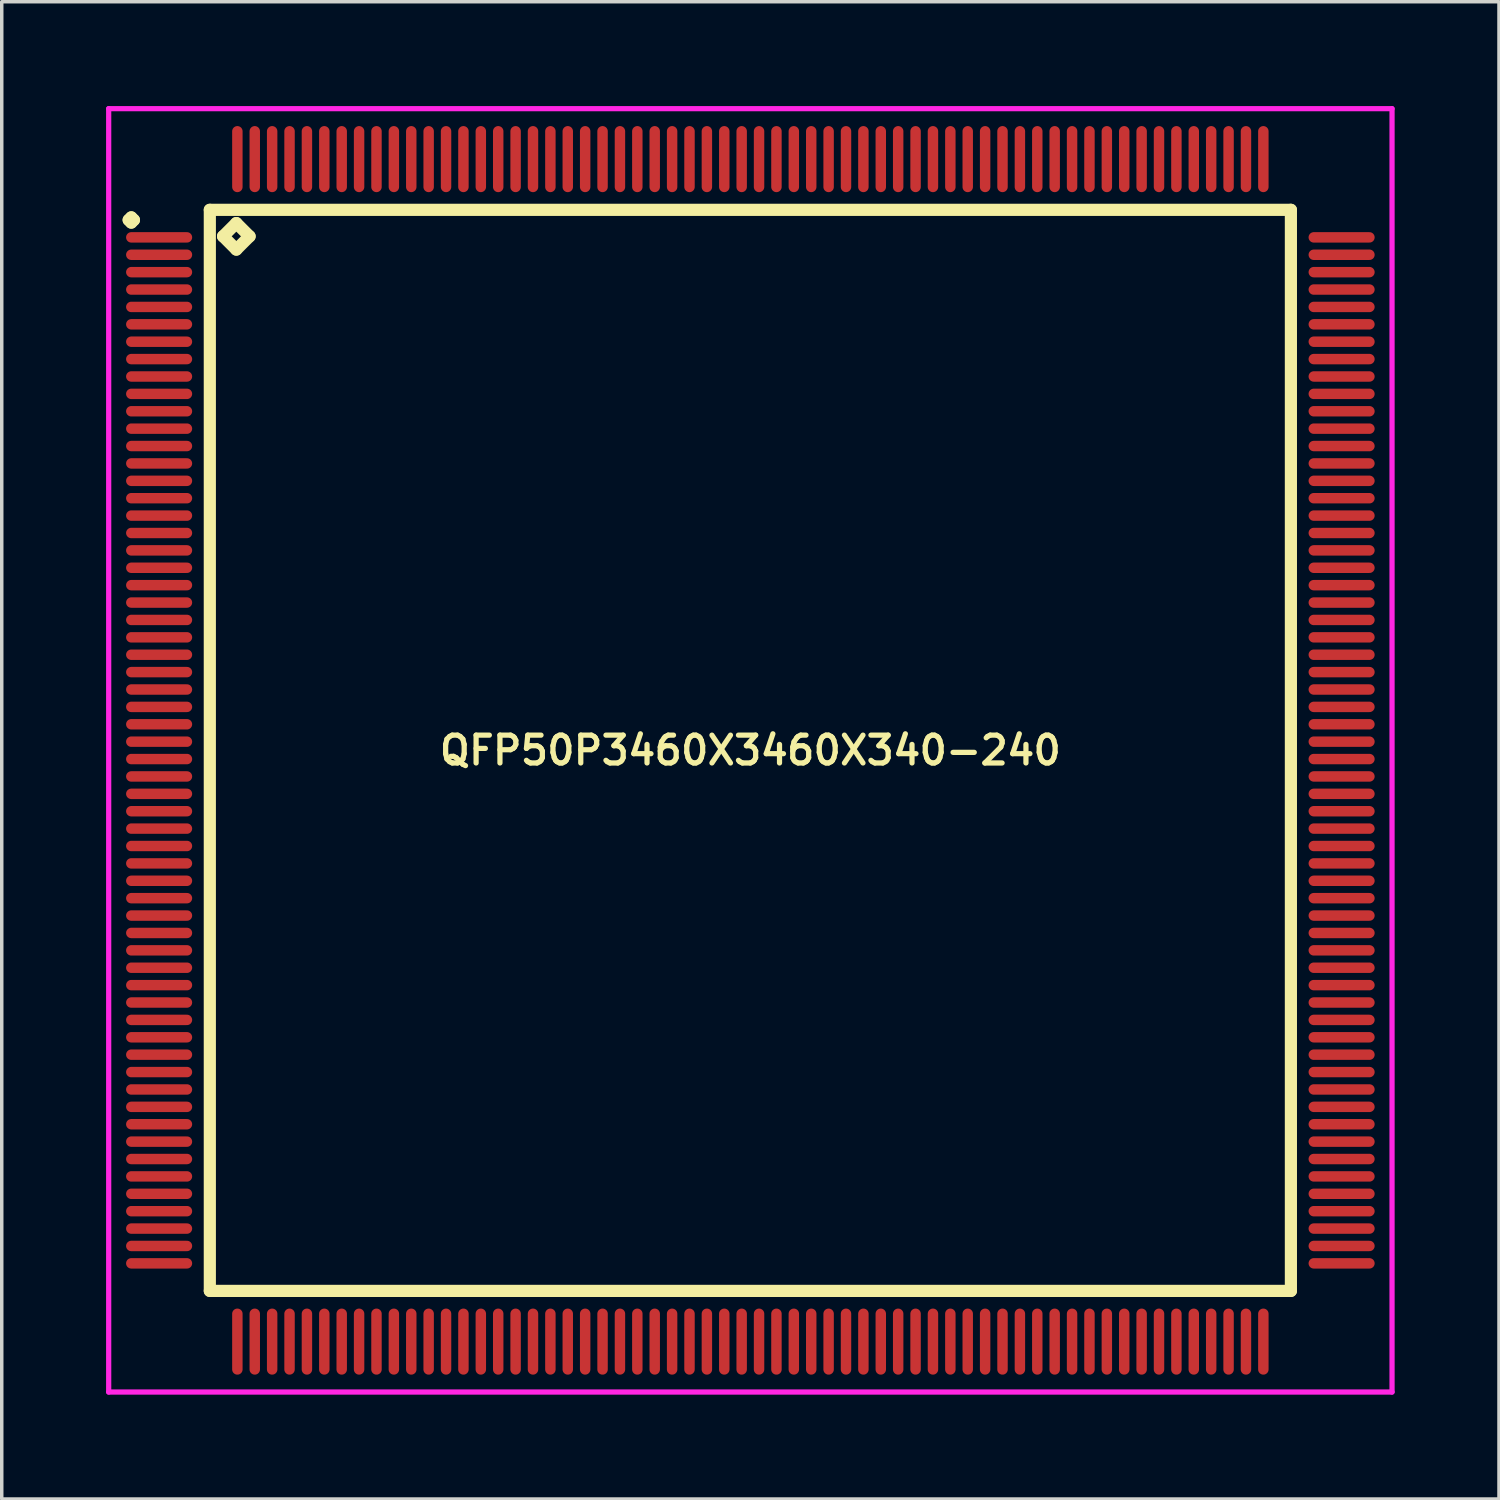
<source format=kicad_pcb>
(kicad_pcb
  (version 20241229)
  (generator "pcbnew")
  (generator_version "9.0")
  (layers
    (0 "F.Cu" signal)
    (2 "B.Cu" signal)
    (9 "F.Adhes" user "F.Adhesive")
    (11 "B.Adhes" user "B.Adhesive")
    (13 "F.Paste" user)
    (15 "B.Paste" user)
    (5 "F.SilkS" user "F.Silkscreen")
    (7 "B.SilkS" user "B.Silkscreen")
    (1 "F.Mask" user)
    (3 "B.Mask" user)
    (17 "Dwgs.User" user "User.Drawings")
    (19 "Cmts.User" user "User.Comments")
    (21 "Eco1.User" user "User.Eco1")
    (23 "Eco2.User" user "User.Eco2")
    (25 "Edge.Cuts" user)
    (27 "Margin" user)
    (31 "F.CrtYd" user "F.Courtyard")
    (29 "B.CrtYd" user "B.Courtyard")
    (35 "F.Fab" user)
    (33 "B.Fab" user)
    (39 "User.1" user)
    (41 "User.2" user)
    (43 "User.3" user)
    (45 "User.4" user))
  (footprint "QFP50P3460X3460X340-240"
    (layer "F.Cu")
    (at 18.525 18.525)
    (property "Reference" "QFP50P3460X3460X340-240" (at 0 0 0) (layer "F.SilkS") (effects (font (size 0.8 0.8) (thickness 0.15))))
    (attr through_hole)
    (fp_line (start -17.875 -15.25) (end -17.8 -15.325) (stroke (width 0.35) (type solid)) (layer "F.SilkS"))
    (fp_line (start -17.8 -15.325) (end -17.725 -15.25) (stroke (width 0.35) (type solid)) (layer "F.SilkS"))
    (fp_line (start -17.8 -15.175) (end -17.875 -15.25) (stroke (width 0.35) (type solid)) (layer "F.SilkS"))
    (fp_line (start -17.725 -15.25) (end -17.8 -15.175) (stroke (width 0.35) (type solid)) (layer "F.SilkS"))
    (fp_line (start -15.542 -15.542) (end -15.542 15.542) (stroke (width 0.35) (type solid)) (layer "F.SilkS"))
    (fp_line (start -15.542 15.542) (end 15.542 15.542) (stroke (width 0.35) (type solid)) (layer "F.SilkS"))
    (fp_line (start -15.161 -14.78) (end -14.78 -15.161) (stroke (width 0.35) (type solid)) (layer "F.SilkS"))
    (fp_line (start -14.78 -15.161) (end -14.399 -14.78) (stroke (width 0.35) (type solid)) (layer "F.SilkS"))
    (fp_line (start -14.78 -14.399) (end -15.161 -14.78) (stroke (width 0.35) (type solid)) (layer "F.SilkS"))
    (fp_line (start -14.399 -14.78) (end -14.78 -14.399) (stroke (width 0.35) (type solid)) (layer "F.SilkS"))
    (fp_line (start 15.542 -15.542) (end -15.542 -15.542) (stroke (width 0.35) (type solid)) (layer "F.SilkS"))
    (fp_line (start 15.542 15.542) (end 15.542 -15.542) (stroke (width 0.35) (type solid)) (layer "F.SilkS"))
    (fp_line (start -18.45 -18.45) (end 18.45 -18.45) (stroke (width 0.15) (type solid)) (layer "F.CrtYd"))
    (fp_line (start -18.45 18.45) (end -18.45 -18.45) (stroke (width 0.15) (type solid)) (layer "F.CrtYd"))
    (fp_line (start 18.45 -18.45) (end 18.45 18.45) (stroke (width 0.15) (type solid)) (layer "F.CrtYd"))
    (fp_line (start 18.45 18.45) (end -18.45 18.45) (stroke (width 0.15) (type solid)) (layer "F.CrtYd"))
    (pad "1" smd oval (at -17 -14.75) (size 1.9 0.3) (layers "F.Cu" "F.Mask" "F.Paste"))
    (pad "2" smd oval (at -17 -14.25) (size 1.9 0.3) (layers "F.Cu" "F.Mask" "F.Paste"))
    (pad "3" smd oval (at -17 -13.75) (size 1.9 0.3) (layers "F.Cu" "F.Mask" "F.Paste"))
    (pad "4" smd oval (at -17 -13.25) (size 1.9 0.3) (layers "F.Cu" "F.Mask" "F.Paste"))
    (pad "5" smd oval (at -17 -12.75) (size 1.9 0.3) (layers "F.Cu" "F.Mask" "F.Paste"))
    (pad "6" smd oval (at -17 -12.25) (size 1.9 0.3) (layers "F.Cu" "F.Mask" "F.Paste"))
    (pad "7" smd oval (at -17 -11.75) (size 1.9 0.3) (layers "F.Cu" "F.Mask" "F.Paste"))
    (pad "8" smd oval (at -17 -11.25) (size 1.9 0.3) (layers "F.Cu" "F.Mask" "F.Paste"))
    (pad "9" smd oval (at -17 -10.75) (size 1.9 0.3) (layers "F.Cu" "F.Mask" "F.Paste"))
    (pad "10" smd oval (at -17 -10.25) (size 1.9 0.3) (layers "F.Cu" "F.Mask" "F.Paste"))
    (pad "11" smd oval (at -17 -9.75) (size 1.9 0.3) (layers "F.Cu" "F.Mask" "F.Paste"))
    (pad "12" smd oval (at -17 -9.25) (size 1.9 0.3) (layers "F.Cu" "F.Mask" "F.Paste"))
    (pad "13" smd oval (at -17 -8.75) (size 1.9 0.3) (layers "F.Cu" "F.Mask" "F.Paste"))
    (pad "14" smd oval (at -17 -8.25) (size 1.9 0.3) (layers "F.Cu" "F.Mask" "F.Paste"))
    (pad "15" smd oval (at -17 -7.75) (size 1.9 0.3) (layers "F.Cu" "F.Mask" "F.Paste"))
    (pad "16" smd oval (at -17 -7.25) (size 1.9 0.3) (layers "F.Cu" "F.Mask" "F.Paste"))
    (pad "17" smd oval (at -17 -6.75) (size 1.9 0.3) (layers "F.Cu" "F.Mask" "F.Paste"))
    (pad "18" smd oval (at -17 -6.25) (size 1.9 0.3) (layers "F.Cu" "F.Mask" "F.Paste"))
    (pad "19" smd oval (at -17 -5.75) (size 1.9 0.3) (layers "F.Cu" "F.Mask" "F.Paste"))
    (pad "20" smd oval (at -17 -5.25) (size 1.9 0.3) (layers "F.Cu" "F.Mask" "F.Paste"))
    (pad "21" smd oval (at -17 -4.75) (size 1.9 0.3) (layers "F.Cu" "F.Mask" "F.Paste"))
    (pad "22" smd oval (at -17 -4.25) (size 1.9 0.3) (layers "F.Cu" "F.Mask" "F.Paste"))
    (pad "23" smd oval (at -17 -3.75) (size 1.9 0.3) (layers "F.Cu" "F.Mask" "F.Paste"))
    (pad "24" smd oval (at -17 -3.25) (size 1.9 0.3) (layers "F.Cu" "F.Mask" "F.Paste"))
    (pad "25" smd oval (at -17 -2.75) (size 1.9 0.3) (layers "F.Cu" "F.Mask" "F.Paste"))
    (pad "26" smd oval (at -17 -2.25) (size 1.9 0.3) (layers "F.Cu" "F.Mask" "F.Paste"))
    (pad "27" smd oval (at -17 -1.75) (size 1.9 0.3) (layers "F.Cu" "F.Mask" "F.Paste"))
    (pad "28" smd oval (at -17 -1.25) (size 1.9 0.3) (layers "F.Cu" "F.Mask" "F.Paste"))
    (pad "29" smd oval (at -17 -0.75) (size 1.9 0.3) (layers "F.Cu" "F.Mask" "F.Paste"))
    (pad "30" smd oval (at -17 -0.25) (size 1.9 0.3) (layers "F.Cu" "F.Mask" "F.Paste"))
    (pad "31" smd oval (at -17 0.25) (size 1.9 0.3) (layers "F.Cu" "F.Mask" "F.Paste"))
    (pad "32" smd oval (at -17 0.75) (size 1.9 0.3) (layers "F.Cu" "F.Mask" "F.Paste"))
    (pad "33" smd oval (at -17 1.25) (size 1.9 0.3) (layers "F.Cu" "F.Mask" "F.Paste"))
    (pad "34" smd oval (at -17 1.75) (size 1.9 0.3) (layers "F.Cu" "F.Mask" "F.Paste"))
    (pad "35" smd oval (at -17 2.25) (size 1.9 0.3) (layers "F.Cu" "F.Mask" "F.Paste"))
    (pad "36" smd oval (at -17 2.75) (size 1.9 0.3) (layers "F.Cu" "F.Mask" "F.Paste"))
    (pad "37" smd oval (at -17 3.25) (size 1.9 0.3) (layers "F.Cu" "F.Mask" "F.Paste"))
    (pad "38" smd oval (at -17 3.75) (size 1.9 0.3) (layers "F.Cu" "F.Mask" "F.Paste"))
    (pad "39" smd oval (at -17 4.25) (size 1.9 0.3) (layers "F.Cu" "F.Mask" "F.Paste"))
    (pad "40" smd oval (at -17 4.75) (size 1.9 0.3) (layers "F.Cu" "F.Mask" "F.Paste"))
    (pad "41" smd oval (at -17 5.25) (size 1.9 0.3) (layers "F.Cu" "F.Mask" "F.Paste"))
    (pad "42" smd oval (at -17 5.75) (size 1.9 0.3) (layers "F.Cu" "F.Mask" "F.Paste"))
    (pad "43" smd oval (at -17 6.25) (size 1.9 0.3) (layers "F.Cu" "F.Mask" "F.Paste"))
    (pad "44" smd oval (at -17 6.75) (size 1.9 0.3) (layers "F.Cu" "F.Mask" "F.Paste"))
    (pad "45" smd oval (at -17 7.25) (size 1.9 0.3) (layers "F.Cu" "F.Mask" "F.Paste"))
    (pad "46" smd oval (at -17 7.75) (size 1.9 0.3) (layers "F.Cu" "F.Mask" "F.Paste"))
    (pad "47" smd oval (at -17 8.25) (size 1.9 0.3) (layers "F.Cu" "F.Mask" "F.Paste"))
    (pad "48" smd oval (at -17 8.75) (size 1.9 0.3) (layers "F.Cu" "F.Mask" "F.Paste"))
    (pad "49" smd oval (at -17 9.25) (size 1.9 0.3) (layers "F.Cu" "F.Mask" "F.Paste"))
    (pad "50" smd oval (at -17 9.75) (size 1.9 0.3) (layers "F.Cu" "F.Mask" "F.Paste"))
    (pad "51" smd oval (at -17 10.25) (size 1.9 0.3) (layers "F.Cu" "F.Mask" "F.Paste"))
    (pad "52" smd oval (at -17 10.75) (size 1.9 0.3) (layers "F.Cu" "F.Mask" "F.Paste"))
    (pad "53" smd oval (at -17 11.25) (size 1.9 0.3) (layers "F.Cu" "F.Mask" "F.Paste"))
    (pad "54" smd oval (at -17 11.75) (size 1.9 0.3) (layers "F.Cu" "F.Mask" "F.Paste"))
    (pad "55" smd oval (at -17 12.25) (size 1.9 0.3) (layers "F.Cu" "F.Mask" "F.Paste"))
    (pad "56" smd oval (at -17 12.75) (size 1.9 0.3) (layers "F.Cu" "F.Mask" "F.Paste"))
    (pad "57" smd oval (at -17 13.25) (size 1.9 0.3) (layers "F.Cu" "F.Mask" "F.Paste"))
    (pad "58" smd oval (at -17 13.75) (size 1.9 0.3) (layers "F.Cu" "F.Mask" "F.Paste"))
    (pad "59" smd oval (at -17 14.25) (size 1.9 0.3) (layers "F.Cu" "F.Mask" "F.Paste"))
    (pad "60" smd oval (at -17 14.75) (size 1.9 0.3) (layers "F.Cu" "F.Mask" "F.Paste"))
    (pad "61" smd oval (at -14.75 17) (size 0.3 1.9) (layers "F.Cu" "F.Mask" "F.Paste"))
    (pad "62" smd oval (at -14.25 17) (size 0.3 1.9) (layers "F.Cu" "F.Mask" "F.Paste"))
    (pad "63" smd oval (at -13.75 17) (size 0.3 1.9) (layers "F.Cu" "F.Mask" "F.Paste"))
    (pad "64" smd oval (at -13.25 17) (size 0.3 1.9) (layers "F.Cu" "F.Mask" "F.Paste"))
    (pad "65" smd oval (at -12.75 17) (size 0.3 1.9) (layers "F.Cu" "F.Mask" "F.Paste"))
    (pad "66" smd oval (at -12.25 17) (size 0.3 1.9) (layers "F.Cu" "F.Mask" "F.Paste"))
    (pad "67" smd oval (at -11.75 17) (size 0.3 1.9) (layers "F.Cu" "F.Mask" "F.Paste"))
    (pad "68" smd oval (at -11.25 17) (size 0.3 1.9) (layers "F.Cu" "F.Mask" "F.Paste"))
    (pad "69" smd oval (at -10.75 17) (size 0.3 1.9) (layers "F.Cu" "F.Mask" "F.Paste"))
    (pad "70" smd oval (at -10.25 17) (size 0.3 1.9) (layers "F.Cu" "F.Mask" "F.Paste"))
    (pad "71" smd oval (at -9.75 17) (size 0.3 1.9) (layers "F.Cu" "F.Mask" "F.Paste"))
    (pad "72" smd oval (at -9.25 17) (size 0.3 1.9) (layers "F.Cu" "F.Mask" "F.Paste"))
    (pad "73" smd oval (at -8.75 17) (size 0.3 1.9) (layers "F.Cu" "F.Mask" "F.Paste"))
    (pad "74" smd oval (at -8.25 17) (size 0.3 1.9) (layers "F.Cu" "F.Mask" "F.Paste"))
    (pad "75" smd oval (at -7.75 17) (size 0.3 1.9) (layers "F.Cu" "F.Mask" "F.Paste"))
    (pad "76" smd oval (at -7.25 17) (size 0.3 1.9) (layers "F.Cu" "F.Mask" "F.Paste"))
    (pad "77" smd oval (at -6.75 17) (size 0.3 1.9) (layers "F.Cu" "F.Mask" "F.Paste"))
    (pad "78" smd oval (at -6.25 17) (size 0.3 1.9) (layers "F.Cu" "F.Mask" "F.Paste"))
    (pad "79" smd oval (at -5.75 17) (size 0.3 1.9) (layers "F.Cu" "F.Mask" "F.Paste"))
    (pad "80" smd oval (at -5.25 17) (size 0.3 1.9) (layers "F.Cu" "F.Mask" "F.Paste"))
    (pad "81" smd oval (at -4.75 17) (size 0.3 1.9) (layers "F.Cu" "F.Mask" "F.Paste"))
    (pad "82" smd oval (at -4.25 17) (size 0.3 1.9) (layers "F.Cu" "F.Mask" "F.Paste"))
    (pad "83" smd oval (at -3.75 17) (size 0.3 1.9) (layers "F.Cu" "F.Mask" "F.Paste"))
    (pad "84" smd oval (at -3.25 17) (size 0.3 1.9) (layers "F.Cu" "F.Mask" "F.Paste"))
    (pad "85" smd oval (at -2.75 17) (size 0.3 1.9) (layers "F.Cu" "F.Mask" "F.Paste"))
    (pad "86" smd oval (at -2.25 17) (size 0.3 1.9) (layers "F.Cu" "F.Mask" "F.Paste"))
    (pad "87" smd oval (at -1.75 17) (size 0.3 1.9) (layers "F.Cu" "F.Mask" "F.Paste"))
    (pad "88" smd oval (at -1.25 17) (size 0.3 1.9) (layers "F.Cu" "F.Mask" "F.Paste"))
    (pad "89" smd oval (at -0.75 17) (size 0.3 1.9) (layers "F.Cu" "F.Mask" "F.Paste"))
    (pad "90" smd oval (at -0.25 17) (size 0.3 1.9) (layers "F.Cu" "F.Mask" "F.Paste"))
    (pad "91" smd oval (at 0.25 17) (size 0.3 1.9) (layers "F.Cu" "F.Mask" "F.Paste"))
    (pad "92" smd oval (at 0.75 17) (size 0.3 1.9) (layers "F.Cu" "F.Mask" "F.Paste"))
    (pad "93" smd oval (at 1.25 17) (size 0.3 1.9) (layers "F.Cu" "F.Mask" "F.Paste"))
    (pad "94" smd oval (at 1.75 17) (size 0.3 1.9) (layers "F.Cu" "F.Mask" "F.Paste"))
    (pad "95" smd oval (at 2.25 17) (size 0.3 1.9) (layers "F.Cu" "F.Mask" "F.Paste"))
    (pad "96" smd oval (at 2.75 17) (size 0.3 1.9) (layers "F.Cu" "F.Mask" "F.Paste"))
    (pad "97" smd oval (at 3.25 17) (size 0.3 1.9) (layers "F.Cu" "F.Mask" "F.Paste"))
    (pad "98" smd oval (at 3.75 17) (size 0.3 1.9) (layers "F.Cu" "F.Mask" "F.Paste"))
    (pad "99" smd oval (at 4.25 17) (size 0.3 1.9) (layers "F.Cu" "F.Mask" "F.Paste"))
    (pad "100" smd oval (at 4.75 17) (size 0.3 1.9) (layers "F.Cu" "F.Mask" "F.Paste"))
    (pad "101" smd oval (at 5.25 17) (size 0.3 1.9) (layers "F.Cu" "F.Mask" "F.Paste"))
    (pad "102" smd oval (at 5.75 17) (size 0.3 1.9) (layers "F.Cu" "F.Mask" "F.Paste"))
    (pad "103" smd oval (at 6.25 17) (size 0.3 1.9) (layers "F.Cu" "F.Mask" "F.Paste"))
    (pad "104" smd oval (at 6.75 17) (size 0.3 1.9) (layers "F.Cu" "F.Mask" "F.Paste"))
    (pad "105" smd oval (at 7.25 17) (size 0.3 1.9) (layers "F.Cu" "F.Mask" "F.Paste"))
    (pad "106" smd oval (at 7.75 17) (size 0.3 1.9) (layers "F.Cu" "F.Mask" "F.Paste"))
    (pad "107" smd oval (at 8.25 17) (size 0.3 1.9) (layers "F.Cu" "F.Mask" "F.Paste"))
    (pad "108" smd oval (at 8.75 17) (size 0.3 1.9) (layers "F.Cu" "F.Mask" "F.Paste"))
    (pad "109" smd oval (at 9.25 17) (size 0.3 1.9) (layers "F.Cu" "F.Mask" "F.Paste"))
    (pad "110" smd oval (at 9.75 17) (size 0.3 1.9) (layers "F.Cu" "F.Mask" "F.Paste"))
    (pad "111" smd oval (at 10.25 17) (size 0.3 1.9) (layers "F.Cu" "F.Mask" "F.Paste"))
    (pad "112" smd oval (at 10.75 17) (size 0.3 1.9) (layers "F.Cu" "F.Mask" "F.Paste"))
    (pad "113" smd oval (at 11.25 17) (size 0.3 1.9) (layers "F.Cu" "F.Mask" "F.Paste"))
    (pad "114" smd oval (at 11.75 17) (size 0.3 1.9) (layers "F.Cu" "F.Mask" "F.Paste"))
    (pad "115" smd oval (at 12.25 17) (size 0.3 1.9) (layers "F.Cu" "F.Mask" "F.Paste"))
    (pad "116" smd oval (at 12.75 17) (size 0.3 1.9) (layers "F.Cu" "F.Mask" "F.Paste"))
    (pad "117" smd oval (at 13.25 17) (size 0.3 1.9) (layers "F.Cu" "F.Mask" "F.Paste"))
    (pad "118" smd oval (at 13.75 17) (size 0.3 1.9) (layers "F.Cu" "F.Mask" "F.Paste"))
    (pad "119" smd oval (at 14.25 17) (size 0.3 1.9) (layers "F.Cu" "F.Mask" "F.Paste"))
    (pad "120" smd oval (at 14.75 17) (size 0.3 1.9) (layers "F.Cu" "F.Mask" "F.Paste"))
    (pad "121" smd oval (at 17 14.75) (size 1.9 0.3) (layers "F.Cu" "F.Mask" "F.Paste"))
    (pad "122" smd oval (at 17 14.25) (size 1.9 0.3) (layers "F.Cu" "F.Mask" "F.Paste"))
    (pad "123" smd oval (at 17 13.75) (size 1.9 0.3) (layers "F.Cu" "F.Mask" "F.Paste"))
    (pad "124" smd oval (at 17 13.25) (size 1.9 0.3) (layers "F.Cu" "F.Mask" "F.Paste"))
    (pad "125" smd oval (at 17 12.75) (size 1.9 0.3) (layers "F.Cu" "F.Mask" "F.Paste"))
    (pad "126" smd oval (at 17 12.25) (size 1.9 0.3) (layers "F.Cu" "F.Mask" "F.Paste"))
    (pad "127" smd oval (at 17 11.75) (size 1.9 0.3) (layers "F.Cu" "F.Mask" "F.Paste"))
    (pad "128" smd oval (at 17 11.25) (size 1.9 0.3) (layers "F.Cu" "F.Mask" "F.Paste"))
    (pad "129" smd oval (at 17 10.75) (size 1.9 0.3) (layers "F.Cu" "F.Mask" "F.Paste"))
    (pad "130" smd oval (at 17 10.25) (size 1.9 0.3) (layers "F.Cu" "F.Mask" "F.Paste"))
    (pad "131" smd oval (at 17 9.75) (size 1.9 0.3) (layers "F.Cu" "F.Mask" "F.Paste"))
    (pad "132" smd oval (at 17 9.25) (size 1.9 0.3) (layers "F.Cu" "F.Mask" "F.Paste"))
    (pad "133" smd oval (at 17 8.75) (size 1.9 0.3) (layers "F.Cu" "F.Mask" "F.Paste"))
    (pad "134" smd oval (at 17 8.25) (size 1.9 0.3) (layers "F.Cu" "F.Mask" "F.Paste"))
    (pad "135" smd oval (at 17 7.75) (size 1.9 0.3) (layers "F.Cu" "F.Mask" "F.Paste"))
    (pad "136" smd oval (at 17 7.25) (size 1.9 0.3) (layers "F.Cu" "F.Mask" "F.Paste"))
    (pad "137" smd oval (at 17 6.75) (size 1.9 0.3) (layers "F.Cu" "F.Mask" "F.Paste"))
    (pad "138" smd oval (at 17 6.25) (size 1.9 0.3) (layers "F.Cu" "F.Mask" "F.Paste"))
    (pad "139" smd oval (at 17 5.75) (size 1.9 0.3) (layers "F.Cu" "F.Mask" "F.Paste"))
    (pad "140" smd oval (at 17 5.25) (size 1.9 0.3) (layers "F.Cu" "F.Mask" "F.Paste"))
    (pad "141" smd oval (at 17 4.75) (size 1.9 0.3) (layers "F.Cu" "F.Mask" "F.Paste"))
    (pad "142" smd oval (at 17 4.25) (size 1.9 0.3) (layers "F.Cu" "F.Mask" "F.Paste"))
    (pad "143" smd oval (at 17 3.75) (size 1.9 0.3) (layers "F.Cu" "F.Mask" "F.Paste"))
    (pad "144" smd oval (at 17 3.25) (size 1.9 0.3) (layers "F.Cu" "F.Mask" "F.Paste"))
    (pad "145" smd oval (at 17 2.75) (size 1.9 0.3) (layers "F.Cu" "F.Mask" "F.Paste"))
    (pad "146" smd oval (at 17 2.25) (size 1.9 0.3) (layers "F.Cu" "F.Mask" "F.Paste"))
    (pad "147" smd oval (at 17 1.75) (size 1.9 0.3) (layers "F.Cu" "F.Mask" "F.Paste"))
    (pad "148" smd oval (at 17 1.25) (size 1.9 0.3) (layers "F.Cu" "F.Mask" "F.Paste"))
    (pad "149" smd oval (at 17 0.75) (size 1.9 0.3) (layers "F.Cu" "F.Mask" "F.Paste"))
    (pad "150" smd oval (at 17 0.25) (size 1.9 0.3) (layers "F.Cu" "F.Mask" "F.Paste"))
    (pad "151" smd oval (at 17 -0.25) (size 1.9 0.3) (layers "F.Cu" "F.Mask" "F.Paste"))
    (pad "152" smd oval (at 17 -0.75) (size 1.9 0.3) (layers "F.Cu" "F.Mask" "F.Paste"))
    (pad "153" smd oval (at 17 -1.25) (size 1.9 0.3) (layers "F.Cu" "F.Mask" "F.Paste"))
    (pad "154" smd oval (at 17 -1.75) (size 1.9 0.3) (layers "F.Cu" "F.Mask" "F.Paste"))
    (pad "155" smd oval (at 17 -2.25) (size 1.9 0.3) (layers "F.Cu" "F.Mask" "F.Paste"))
    (pad "156" smd oval (at 17 -2.75) (size 1.9 0.3) (layers "F.Cu" "F.Mask" "F.Paste"))
    (pad "157" smd oval (at 17 -3.25) (size 1.9 0.3) (layers "F.Cu" "F.Mask" "F.Paste"))
    (pad "158" smd oval (at 17 -3.75) (size 1.9 0.3) (layers "F.Cu" "F.Mask" "F.Paste"))
    (pad "159" smd oval (at 17 -4.25) (size 1.9 0.3) (layers "F.Cu" "F.Mask" "F.Paste"))
    (pad "160" smd oval (at 17 -4.75) (size 1.9 0.3) (layers "F.Cu" "F.Mask" "F.Paste"))
    (pad "161" smd oval (at 17 -5.25) (size 1.9 0.3) (layers "F.Cu" "F.Mask" "F.Paste"))
    (pad "162" smd oval (at 17 -5.75) (size 1.9 0.3) (layers "F.Cu" "F.Mask" "F.Paste"))
    (pad "163" smd oval (at 17 -6.25) (size 1.9 0.3) (layers "F.Cu" "F.Mask" "F.Paste"))
    (pad "164" smd oval (at 17 -6.75) (size 1.9 0.3) (layers "F.Cu" "F.Mask" "F.Paste"))
    (pad "165" smd oval (at 17 -7.25) (size 1.9 0.3) (layers "F.Cu" "F.Mask" "F.Paste"))
    (pad "166" smd oval (at 17 -7.75) (size 1.9 0.3) (layers "F.Cu" "F.Mask" "F.Paste"))
    (pad "167" smd oval (at 17 -8.25) (size 1.9 0.3) (layers "F.Cu" "F.Mask" "F.Paste"))
    (pad "168" smd oval (at 17 -8.75) (size 1.9 0.3) (layers "F.Cu" "F.Mask" "F.Paste"))
    (pad "169" smd oval (at 17 -9.25) (size 1.9 0.3) (layers "F.Cu" "F.Mask" "F.Paste"))
    (pad "170" smd oval (at 17 -9.75) (size 1.9 0.3) (layers "F.Cu" "F.Mask" "F.Paste"))
    (pad "171" smd oval (at 17 -10.25) (size 1.9 0.3) (layers "F.Cu" "F.Mask" "F.Paste"))
    (pad "172" smd oval (at 17 -10.75) (size 1.9 0.3) (layers "F.Cu" "F.Mask" "F.Paste"))
    (pad "173" smd oval (at 17 -11.25) (size 1.9 0.3) (layers "F.Cu" "F.Mask" "F.Paste"))
    (pad "174" smd oval (at 17 -11.75) (size 1.9 0.3) (layers "F.Cu" "F.Mask" "F.Paste"))
    (pad "175" smd oval (at 17 -12.25) (size 1.9 0.3) (layers "F.Cu" "F.Mask" "F.Paste"))
    (pad "176" smd oval (at 17 -12.75) (size 1.9 0.3) (layers "F.Cu" "F.Mask" "F.Paste"))
    (pad "177" smd oval (at 17 -13.25) (size 1.9 0.3) (layers "F.Cu" "F.Mask" "F.Paste"))
    (pad "178" smd oval (at 17 -13.75) (size 1.9 0.3) (layers "F.Cu" "F.Mask" "F.Paste"))
    (pad "179" smd oval (at 17 -14.25) (size 1.9 0.3) (layers "F.Cu" "F.Mask" "F.Paste"))
    (pad "180" smd oval (at 17 -14.75) (size 1.9 0.3) (layers "F.Cu" "F.Mask" "F.Paste"))
    (pad "181" smd oval (at 14.75 -17) (size 0.3 1.9) (layers "F.Cu" "F.Mask" "F.Paste"))
    (pad "182" smd oval (at 14.25 -17) (size 0.3 1.9) (layers "F.Cu" "F.Mask" "F.Paste"))
    (pad "183" smd oval (at 13.75 -17) (size 0.3 1.9) (layers "F.Cu" "F.Mask" "F.Paste"))
    (pad "184" smd oval (at 13.25 -17) (size 0.3 1.9) (layers "F.Cu" "F.Mask" "F.Paste"))
    (pad "185" smd oval (at 12.75 -17) (size 0.3 1.9) (layers "F.Cu" "F.Mask" "F.Paste"))
    (pad "186" smd oval (at 12.25 -17) (size 0.3 1.9) (layers "F.Cu" "F.Mask" "F.Paste"))
    (pad "187" smd oval (at 11.75 -17) (size 0.3 1.9) (layers "F.Cu" "F.Mask" "F.Paste"))
    (pad "188" smd oval (at 11.25 -17) (size 0.3 1.9) (layers "F.Cu" "F.Mask" "F.Paste"))
    (pad "189" smd oval (at 10.75 -17) (size 0.3 1.9) (layers "F.Cu" "F.Mask" "F.Paste"))
    (pad "190" smd oval (at 10.25 -17) (size 0.3 1.9) (layers "F.Cu" "F.Mask" "F.Paste"))
    (pad "191" smd oval (at 9.75 -17) (size 0.3 1.9) (layers "F.Cu" "F.Mask" "F.Paste"))
    (pad "192" smd oval (at 9.25 -17) (size 0.3 1.9) (layers "F.Cu" "F.Mask" "F.Paste"))
    (pad "193" smd oval (at 8.75 -17) (size 0.3 1.9) (layers "F.Cu" "F.Mask" "F.Paste"))
    (pad "194" smd oval (at 8.25 -17) (size 0.3 1.9) (layers "F.Cu" "F.Mask" "F.Paste"))
    (pad "195" smd oval (at 7.75 -17) (size 0.3 1.9) (layers "F.Cu" "F.Mask" "F.Paste"))
    (pad "196" smd oval (at 7.25 -17) (size 0.3 1.9) (layers "F.Cu" "F.Mask" "F.Paste"))
    (pad "197" smd oval (at 6.75 -17) (size 0.3 1.9) (layers "F.Cu" "F.Mask" "F.Paste"))
    (pad "198" smd oval (at 6.25 -17) (size 0.3 1.9) (layers "F.Cu" "F.Mask" "F.Paste"))
    (pad "199" smd oval (at 5.75 -17) (size 0.3 1.9) (layers "F.Cu" "F.Mask" "F.Paste"))
    (pad "200" smd oval (at 5.25 -17) (size 0.3 1.9) (layers "F.Cu" "F.Mask" "F.Paste"))
    (pad "201" smd oval (at 4.75 -17) (size 0.3 1.9) (layers "F.Cu" "F.Mask" "F.Paste"))
    (pad "202" smd oval (at 4.25 -17) (size 0.3 1.9) (layers "F.Cu" "F.Mask" "F.Paste"))
    (pad "203" smd oval (at 3.75 -17) (size 0.3 1.9) (layers "F.Cu" "F.Mask" "F.Paste"))
    (pad "204" smd oval (at 3.25 -17) (size 0.3 1.9) (layers "F.Cu" "F.Mask" "F.Paste"))
    (pad "205" smd oval (at 2.75 -17) (size 0.3 1.9) (layers "F.Cu" "F.Mask" "F.Paste"))
    (pad "206" smd oval (at 2.25 -17) (size 0.3 1.9) (layers "F.Cu" "F.Mask" "F.Paste"))
    (pad "207" smd oval (at 1.75 -17) (size 0.3 1.9) (layers "F.Cu" "F.Mask" "F.Paste"))
    (pad "208" smd oval (at 1.25 -17) (size 0.3 1.9) (layers "F.Cu" "F.Mask" "F.Paste"))
    (pad "209" smd oval (at 0.75 -17) (size 0.3 1.9) (layers "F.Cu" "F.Mask" "F.Paste"))
    (pad "210" smd oval (at 0.25 -17) (size 0.3 1.9) (layers "F.Cu" "F.Mask" "F.Paste"))
    (pad "211" smd oval (at -0.25 -17) (size 0.3 1.9) (layers "F.Cu" "F.Mask" "F.Paste"))
    (pad "212" smd oval (at -0.75 -17) (size 0.3 1.9) (layers "F.Cu" "F.Mask" "F.Paste"))
    (pad "213" smd oval (at -1.25 -17) (size 0.3 1.9) (layers "F.Cu" "F.Mask" "F.Paste"))
    (pad "214" smd oval (at -1.75 -17) (size 0.3 1.9) (layers "F.Cu" "F.Mask" "F.Paste"))
    (pad "215" smd oval (at -2.25 -17) (size 0.3 1.9) (layers "F.Cu" "F.Mask" "F.Paste"))
    (pad "216" smd oval (at -2.75 -17) (size 0.3 1.9) (layers "F.Cu" "F.Mask" "F.Paste"))
    (pad "217" smd oval (at -3.25 -17) (size 0.3 1.9) (layers "F.Cu" "F.Mask" "F.Paste"))
    (pad "218" smd oval (at -3.75 -17) (size 0.3 1.9) (layers "F.Cu" "F.Mask" "F.Paste"))
    (pad "219" smd oval (at -4.25 -17) (size 0.3 1.9) (layers "F.Cu" "F.Mask" "F.Paste"))
    (pad "220" smd oval (at -4.75 -17) (size 0.3 1.9) (layers "F.Cu" "F.Mask" "F.Paste"))
    (pad "221" smd oval (at -5.25 -17) (size 0.3 1.9) (layers "F.Cu" "F.Mask" "F.Paste"))
    (pad "222" smd oval (at -5.75 -17) (size 0.3 1.9) (layers "F.Cu" "F.Mask" "F.Paste"))
    (pad "223" smd oval (at -6.25 -17) (size 0.3 1.9) (layers "F.Cu" "F.Mask" "F.Paste"))
    (pad "224" smd oval (at -6.75 -17) (size 0.3 1.9) (layers "F.Cu" "F.Mask" "F.Paste"))
    (pad "225" smd oval (at -7.25 -17) (size 0.3 1.9) (layers "F.Cu" "F.Mask" "F.Paste"))
    (pad "226" smd oval (at -7.75 -17) (size 0.3 1.9) (layers "F.Cu" "F.Mask" "F.Paste"))
    (pad "227" smd oval (at -8.25 -17) (size 0.3 1.9) (layers "F.Cu" "F.Mask" "F.Paste"))
    (pad "228" smd oval (at -8.75 -17) (size 0.3 1.9) (layers "F.Cu" "F.Mask" "F.Paste"))
    (pad "229" smd oval (at -9.25 -17) (size 0.3 1.9) (layers "F.Cu" "F.Mask" "F.Paste"))
    (pad "230" smd oval (at -9.75 -17) (size 0.3 1.9) (layers "F.Cu" "F.Mask" "F.Paste"))
    (pad "231" smd oval (at -10.25 -17) (size 0.3 1.9) (layers "F.Cu" "F.Mask" "F.Paste"))
    (pad "232" smd oval (at -10.75 -17) (size 0.3 1.9) (layers "F.Cu" "F.Mask" "F.Paste"))
    (pad "233" smd oval (at -11.25 -17) (size 0.3 1.9) (layers "F.Cu" "F.Mask" "F.Paste"))
    (pad "234" smd oval (at -11.75 -17) (size 0.3 1.9) (layers "F.Cu" "F.Mask" "F.Paste"))
    (pad "235" smd oval (at -12.25 -17) (size 0.3 1.9) (layers "F.Cu" "F.Mask" "F.Paste"))
    (pad "236" smd oval (at -12.75 -17) (size 0.3 1.9) (layers "F.Cu" "F.Mask" "F.Paste"))
    (pad "237" smd oval (at -13.25 -17) (size 0.3 1.9) (layers "F.Cu" "F.Mask" "F.Paste"))
    (pad "238" smd oval (at -13.75 -17) (size 0.3 1.9) (layers "F.Cu" "F.Mask" "F.Paste"))
    (pad "239" smd oval (at -14.25 -17) (size 0.3 1.9) (layers "F.Cu" "F.Mask" "F.Paste"))
    (pad "240" smd oval (at -14.75 -17) (size 0.3 1.9) (layers "F.Cu" "F.Mask" "F.Paste")))
  (gr_rect
    (start -3 -3)
    (end 40.05 40.05)
    (stroke (width 0.1) (type default))
    (fill no)
    (layer "Edge.Cuts")))
</source>
